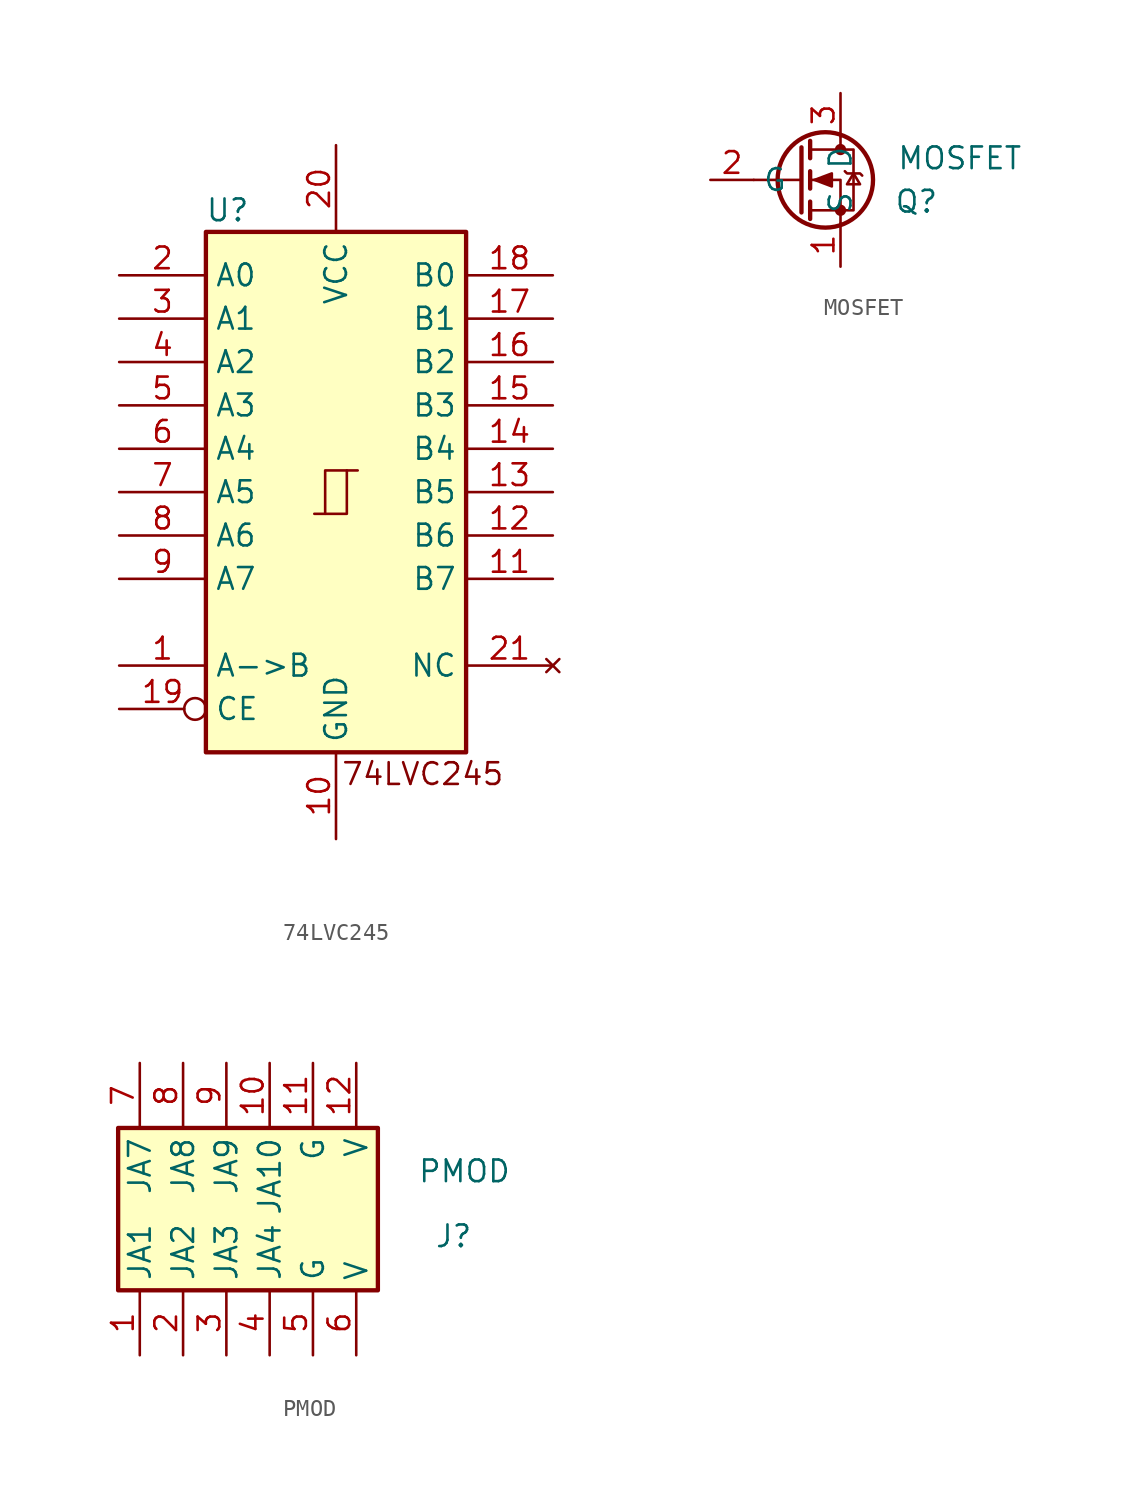
<source format=kicad_sym>
(kicad_symbol_lib
  (version 20220914)
  (generator kicad_symbol_editor)
  (symbol "74LVC245"
    (property "Reference" "U"
      (at -6.35 15.24 0)
      (effects (font (size 1.27 1.27))))
    (property "Value" ""
      (at 0 2.54 0)
      (effects (font (size 1.27 1.27))))
    (symbol "74LVC245_1_0"
      (polyline (pts (xy -0.635 -2.54) (xy -0.635 0) (xy 0.635 0)) (stroke (width 0) (type default)) (fill (type none)))
      (polyline (pts (xy -1.27 -2.54) (xy 0.635 -2.54) (xy 0.635 0) (xy 1.27 0)) (stroke (width 0) (type default)) (fill (type none)))
      (pin input line (at -12.7 -11.43 0) (length 5.08) (name "A->B" (effects (font (size 1.27 1.27)))) (number "1" (effects (font (size 1.27 1.27)))))
      (pin power_in line (at 0 -21.59 90) (length 5.08) (name "GND" (effects (font (size 1.27 1.27)))) (number "10" (effects (font (size 1.27 1.27)))))
      (pin tri_state line (at 12.7 -6.35 180) (length 5.08) (name "B7" (effects (font (size 1.27 1.27)))) (number "11" (effects (font (size 1.27 1.27)))))
      (pin tri_state line (at 12.7 -3.81 180) (length 5.08) (name "B6" (effects (font (size 1.27 1.27)))) (number "12" (effects (font (size 1.27 1.27)))))
      (pin tri_state line (at 12.7 -1.27 180) (length 5.08) (name "B5" (effects (font (size 1.27 1.27)))) (number "13" (effects (font (size 1.27 1.27)))))
      (pin tri_state line (at 12.7 1.27 180) (length 5.08) (name "B4" (effects (font (size 1.27 1.27)))) (number "14" (effects (font (size 1.27 1.27)))))
      (pin tri_state line (at 12.7 3.81 180) (length 5.08) (name "B3" (effects (font (size 1.27 1.27)))) (number "15" (effects (font (size 1.27 1.27)))))
      (pin tri_state line (at 12.7 6.35 180) (length 5.08) (name "B2" (effects (font (size 1.27 1.27)))) (number "16" (effects (font (size 1.27 1.27)))))
      (pin tri_state line (at 12.7 8.89 180) (length 5.08) (name "B1" (effects (font (size 1.27 1.27)))) (number "17" (effects (font (size 1.27 1.27)))))
      (pin tri_state line (at 12.7 11.43 180) (length 5.08) (name "B0" (effects (font (size 1.27 1.27)))) (number "18" (effects (font (size 1.27 1.27)))))
      (pin input inverted (at -12.7 -13.97 0) (length 5.08) (name "CE" (effects (font (size 1.27 1.27)))) (number "19" (effects (font (size 1.27 1.27)))))
      (pin tri_state line (at -12.7 11.43 0) (length 5.08) (name "A0" (effects (font (size 1.27 1.27)))) (number "2" (effects (font (size 1.27 1.27)))))
      (pin power_in line (at 0 19.05 270) (length 5.08) (name "VCC" (effects (font (size 1.27 1.27)))) (number "20" (effects (font (size 1.27 1.27)))))
      (pin no_connect line (at 12.7 -11.43 180) (length 5.08) (name "NC" (effects (font (size 1.27 1.27)))) (number "21" (effects (font (size 1.27 1.27)))))
      (pin tri_state line (at -12.7 8.89 0) (length 5.08) (name "A1" (effects (font (size 1.27 1.27)))) (number "3" (effects (font (size 1.27 1.27)))))
      (pin tri_state line (at -12.7 6.35 0) (length 5.08) (name "A2" (effects (font (size 1.27 1.27)))) (number "4" (effects (font (size 1.27 1.27)))))
      (pin tri_state line (at -12.7 3.81 0) (length 5.08) (name "A3" (effects (font (size 1.27 1.27)))) (number "5" (effects (font (size 1.27 1.27)))))
      (pin tri_state line (at -12.7 1.27 0) (length 5.08) (name "A4" (effects (font (size 1.27 1.27)))) (number "6" (effects (font (size 1.27 1.27)))))
      (pin tri_state line (at -12.7 -1.27 0) (length 5.08) (name "A5" (effects (font (size 1.27 1.27)))) (number "7" (effects (font (size 1.27 1.27)))))
      (pin tri_state line (at -12.7 -3.81 0) (length 5.08) (name "A6" (effects (font (size 1.27 1.27)))) (number "8" (effects (font (size 1.27 1.27)))))
      (pin tri_state line (at -12.7 -6.35 0) (length 5.08) (name "A7" (effects (font (size 1.27 1.27)))) (number "9" (effects (font (size 1.27 1.27))))))
    (symbol "74LVC245_1_1"
      (rectangle (start -7.62 13.97) (end 7.62 -16.51) (stroke (width 0.254) (type default)) (fill (type background)))
      (text "74LVC245" (at 5.08 -17.78 0) (effects (font (size 1.27 1.27))))))
  (symbol "MOSFET"
    (property "Reference" "Q"
      (at 5.08 -1.27 0)
      (effects (font (size 1.27 1.27))))
    (property "Value" "MOSFET"
      (at 7.62 1.27 0)
      (effects (font (size 1.27 1.27))))
    (symbol "MOSFET_0_1"
      (circle (center -0.254 0) (radius 2.794) (stroke (width 0.254) (type default)) (fill (type none)))
      (polyline (pts (xy -1.651 0) (xy -4.445 0)) (stroke (width 0) (type default)) (fill (type none)))
      (polyline (pts (xy -1.651 1.905) (xy -1.651 -1.905)) (stroke (width 0.254) (type default)) (fill (type none)))
      (polyline (pts (xy -1.143 -1.27) (xy -1.143 -2.286)) (stroke (width 0.254) (type default)) (fill (type none)))
      (polyline (pts (xy -1.143 0.508) (xy -1.143 -0.508)) (stroke (width 0.254) (type default)) (fill (type none)))
      (polyline (pts (xy -1.143 2.286) (xy -1.143 1.27)) (stroke (width 0.254) (type default)) (fill (type none)))
      (polyline (pts (xy 0.635 2.54) (xy 0.635 1.778)) (stroke (width 0) (type default)) (fill (type none)))
      (polyline (pts (xy 0.635 -2.54) (xy 0.635 0) (xy -1.143 0)) (stroke (width 0) (type default)) (fill (type none)))
      (polyline (pts (xy -1.143 -1.778) (xy 1.397 -1.778) (xy 1.397 1.778) (xy -1.143 1.778)) (stroke (width 0) (type default)) (fill (type none)))
      (polyline (pts (xy -0.889 0) (xy 0.127 0.381) (xy 0.127 -0.381) (xy -0.889 0)) (stroke (width 0) (type default)) (fill (type outline)))
      (polyline (pts (xy 0.889 0.508) (xy 1.016 0.381) (xy 1.778 0.381) (xy 1.905 0.254)) (stroke (width 0) (type default)) (fill (type none)))
      (polyline (pts (xy 1.397 0.381) (xy 1.016 -0.254) (xy 1.778 -0.254) (xy 1.397 0.381)) (stroke (width 0) (type default)) (fill (type none)))
      (circle (center 0.635 -1.778) (radius 0.254) (stroke (width 0) (type default)) (fill (type outline)))
      (circle (center 0.635 1.778) (radius 0.254) (stroke (width 0) (type default)) (fill (type outline))))
    (symbol "MOSFET_1_1"
      (pin passive line (at 0.635 -5.08 90) (length 2.54) (name "S" (effects (font (size 1.27 1.27)))) (number "1" (effects (font (size 1.27 1.27)))))
      (pin input line (at -6.985 0 0) (length 2.54) (name "G" (effects (font (size 1.27 1.27)))) (number "2" (effects (font (size 1.27 1.27)))))
      (pin passive line (at 0.635 5.08 270) (length 2.54) (name "D" (effects (font (size 1.27 1.27)))) (number "3" (effects (font (size 1.27 1.27)))))))
  (symbol "PMOD"
    (property "Reference" "J"
      (at 12.065 -1.27 0)
      (effects (font (size 1.27 1.27))))
    (property "Value" "PMOD"
      (at 12.7 2.54 0)
      (effects (font (size 1.27 1.27))))
    (symbol "PMOD_1_1"
      (rectangle (start -7.62 5.08) (end 7.62 -4.445) (stroke (width 0.254) (type default)) (fill (type background)))
      (pin passive line (at -6.35 -8.255 90) (length 3.81) (name "JA1" (effects (font (size 1.27 1.27)))) (number "1" (effects (font (size 1.27 1.27)))))
      (pin passive line (at 1.27 8.89 270) (length 3.81) (name "JA10" (effects (font (size 1.27 1.27)))) (number "10" (effects (font (size 1.27 1.27)))))
      (pin passive line (at 3.81 8.89 270) (length 3.81) (name "G" (effects (font (size 1.27 1.27)))) (number "11" (effects (font (size 1.27 1.27)))))
      (pin passive line (at 6.35 8.89 270) (length 3.81) (name "V" (effects (font (size 1.27 1.27)))) (number "12" (effects (font (size 1.27 1.27)))))
      (pin passive line (at -3.81 -8.255 90) (length 3.81) (name "JA2" (effects (font (size 1.27 1.27)))) (number "2" (effects (font (size 1.27 1.27)))))
      (pin passive line (at -1.27 -8.255 90) (length 3.81) (name "JA3" (effects (font (size 1.27 1.27)))) (number "3" (effects (font (size 1.27 1.27)))))
      (pin passive line (at 1.27 -8.255 90) (length 3.81) (name "JA4" (effects (font (size 1.27 1.27)))) (number "4" (effects (font (size 1.27 1.27)))))
      (pin passive line (at 3.81 -8.255 90) (length 3.81) (name "G" (effects (font (size 1.27 1.27)))) (number "5" (effects (font (size 1.27 1.27)))))
      (pin passive line (at 6.35 -8.255 90) (length 3.81) (name "V" (effects (font (size 1.27 1.27)))) (number "6" (effects (font (size 1.27 1.27)))))
      (pin passive line (at -6.35 8.89 270) (length 3.81) (name "JA7" (effects (font (size 1.27 1.27)))) (number "7" (effects (font (size 1.27 1.27)))))
      (pin passive line (at -3.81 8.89 270) (length 3.81) (name "JA8" (effects (font (size 1.27 1.27)))) (number "8" (effects (font (size 1.27 1.27)))))
      (pin passive line (at -1.27 8.89 270) (length 3.81) (name "JA9" (effects (font (size 1.27 1.27)))) (number "9" (effects (font (size 1.27 1.27))))))))
</source>
